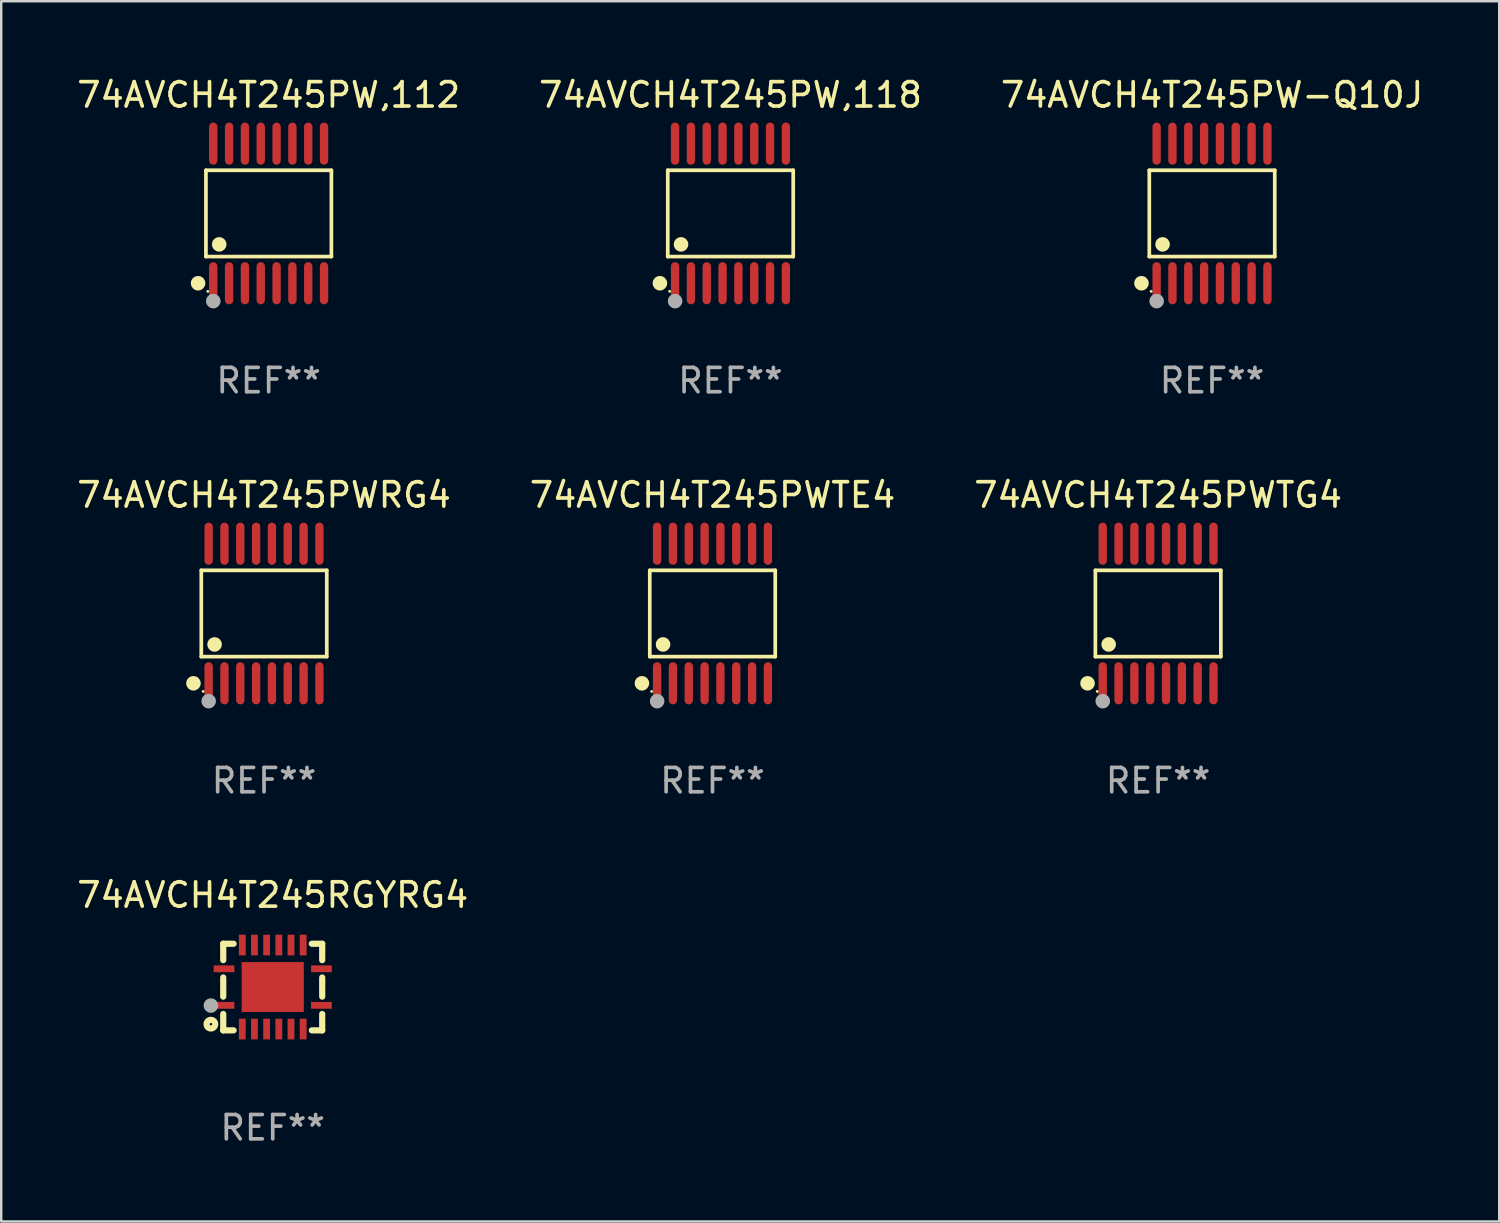
<source format=kicad_pcb>
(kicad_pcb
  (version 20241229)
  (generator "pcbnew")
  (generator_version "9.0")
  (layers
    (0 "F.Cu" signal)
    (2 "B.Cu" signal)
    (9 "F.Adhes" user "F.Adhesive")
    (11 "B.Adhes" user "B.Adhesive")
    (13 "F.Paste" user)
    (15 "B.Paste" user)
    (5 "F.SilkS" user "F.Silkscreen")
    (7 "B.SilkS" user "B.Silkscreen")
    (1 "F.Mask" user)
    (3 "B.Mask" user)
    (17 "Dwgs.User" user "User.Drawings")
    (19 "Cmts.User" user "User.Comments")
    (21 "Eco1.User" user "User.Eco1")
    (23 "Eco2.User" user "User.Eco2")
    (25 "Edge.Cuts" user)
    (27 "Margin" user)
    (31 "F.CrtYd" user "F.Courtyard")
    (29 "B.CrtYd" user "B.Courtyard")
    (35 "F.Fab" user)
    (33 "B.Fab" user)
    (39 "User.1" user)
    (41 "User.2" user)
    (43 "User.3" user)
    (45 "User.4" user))
  (footprint "74AVCH4T245PW-Q10J"
    (layer "F.Cu")
    (at 46.72 5.714)
    (property "Reference" "74AVCH4T245PW-Q10J" (at 0 -4.866 0) (layer "F.SilkS") (effects (font (size 1 1) (thickness 0.15))))
    (attr through_hole)
    (fp_line (start -2.576 -1.772) (end 2.576 -1.772) (stroke (width 0.152) (type solid)) (layer "F.SilkS"))
    (fp_line (start -2.576 1.771) (end -2.576 -1.772) (stroke (width 0.152) (type solid)) (layer "F.SilkS"))
    (fp_line (start 2.576 -1.772) (end 2.576 1.771) (stroke (width 0.152) (type solid)) (layer "F.SilkS"))
    (fp_line (start 2.576 1.771) (end -2.576 1.771) (stroke (width 0.152) (type solid)) (layer "F.SilkS"))
    (fp_circle (center -2.899 2.866) (end -2.749 2.866) (stroke (width 0.3) (type solid)) (fill no) (layer "F.SilkS"))
    (fp_circle (center -2.5 3.2) (end -2.47 3.2) (stroke (width 0.06) (type solid)) (fill no) (layer "F.SilkS"))
    (fp_circle (center -2.032 1.27) (end -1.882 1.27) (stroke (width 0.3) (type solid)) (fill no) (layer "F.SilkS"))
    (fp_circle (center -2.275 3.6) (end -2.125 3.6) (stroke (width 0.3) (type solid)) (fill no) (layer "F.Fab"))
    (fp_text user "REF**" (at 0 6.866 0) (layer "F.Fab") (effects (font (size 1 1) (thickness 0.15))))
    (pad "1" smd oval (at -2.275 2.866) (size 0.343 1.731) (layers "F.Cu" "F.Mask" "F.Paste"))
    (pad "2" smd oval (at -1.625 2.866) (size 0.343 1.731) (layers "F.Cu" "F.Mask" "F.Paste"))
    (pad "3" smd oval (at -0.975 2.866) (size 0.343 1.731) (layers "F.Cu" "F.Mask" "F.Paste"))
    (pad "4" smd oval (at -0.325 2.866) (size 0.343 1.731) (layers "F.Cu" "F.Mask" "F.Paste"))
    (pad "5" smd oval (at 0.325 2.866) (size 0.343 1.731) (layers "F.Cu" "F.Mask" "F.Paste"))
    (pad "6" smd oval (at 0.975 2.866) (size 0.343 1.731) (layers "F.Cu" "F.Mask" "F.Paste"))
    (pad "7" smd oval (at 1.625 2.866) (size 0.343 1.731) (layers "F.Cu" "F.Mask" "F.Paste"))
    (pad "8" smd oval (at 2.275 2.866) (size 0.343 1.731) (layers "F.Cu" "F.Mask" "F.Paste"))
    (pad "9" smd oval (at 2.275 -2.866) (size 0.343 1.731) (layers "F.Cu" "F.Mask" "F.Paste"))
    (pad "10" smd oval (at 1.625 -2.866) (size 0.343 1.731) (layers "F.Cu" "F.Mask" "F.Paste"))
    (pad "11" smd oval (at 0.975 -2.866) (size 0.343 1.731) (layers "F.Cu" "F.Mask" "F.Paste"))
    (pad "12" smd oval (at 0.325 -2.866) (size 0.343 1.731) (layers "F.Cu" "F.Mask" "F.Paste"))
    (pad "13" smd oval (at -0.325 -2.866) (size 0.343 1.731) (layers "F.Cu" "F.Mask" "F.Paste"))
    (pad "14" smd oval (at -0.975 -2.866) (size 0.343 1.731) (layers "F.Cu" "F.Mask" "F.Paste"))
    (pad "15" smd oval (at -1.625 -2.866) (size 0.343 1.731) (layers "F.Cu" "F.Mask" "F.Paste"))
    (pad "16" smd oval (at -2.275 -2.866) (size 0.343 1.731) (layers "F.Cu" "F.Mask" "F.Paste")))
  (footprint "74AVCH4T245PWTE4"
    (layer "F.Cu")
    (at 26.208 22.142)
    (property "Reference" "74AVCH4T245PWTE4" (at 0 -4.866 0) (layer "F.SilkS") (effects (font (size 1 1) (thickness 0.15))))
    (attr through_hole)
    (fp_line (start -2.576 -1.772) (end 2.576 -1.772) (stroke (width 0.152) (type solid)) (layer "F.SilkS"))
    (fp_line (start -2.576 1.771) (end -2.576 -1.772) (stroke (width 0.152) (type solid)) (layer "F.SilkS"))
    (fp_line (start 2.576 -1.772) (end 2.576 1.771) (stroke (width 0.152) (type solid)) (layer "F.SilkS"))
    (fp_line (start 2.576 1.771) (end -2.576 1.771) (stroke (width 0.152) (type solid)) (layer "F.SilkS"))
    (fp_circle (center -2.899 2.866) (end -2.749 2.866) (stroke (width 0.3) (type solid)) (fill no) (layer "F.SilkS"))
    (fp_circle (center -2.5 3.2) (end -2.47 3.2) (stroke (width 0.06) (type solid)) (fill no) (layer "F.SilkS"))
    (fp_circle (center -2.032 1.27) (end -1.882 1.27) (stroke (width 0.3) (type solid)) (fill no) (layer "F.SilkS"))
    (fp_circle (center -2.275 3.6) (end -2.125 3.6) (stroke (width 0.3) (type solid)) (fill no) (layer "F.Fab"))
    (fp_text user "REF**" (at 0 6.866 0) (layer "F.Fab") (effects (font (size 1 1) (thickness 0.15))))
    (pad "1" smd oval (at -2.275 2.866) (size 0.343 1.731) (layers "F.Cu" "F.Mask" "F.Paste"))
    (pad "2" smd oval (at -1.625 2.866) (size 0.343 1.731) (layers "F.Cu" "F.Mask" "F.Paste"))
    (pad "3" smd oval (at -0.975 2.866) (size 0.343 1.731) (layers "F.Cu" "F.Mask" "F.Paste"))
    (pad "4" smd oval (at -0.325 2.866) (size 0.343 1.731) (layers "F.Cu" "F.Mask" "F.Paste"))
    (pad "5" smd oval (at 0.325 2.866) (size 0.343 1.731) (layers "F.Cu" "F.Mask" "F.Paste"))
    (pad "6" smd oval (at 0.975 2.866) (size 0.343 1.731) (layers "F.Cu" "F.Mask" "F.Paste"))
    (pad "7" smd oval (at 1.625 2.866) (size 0.343 1.731) (layers "F.Cu" "F.Mask" "F.Paste"))
    (pad "8" smd oval (at 2.275 2.866) (size 0.343 1.731) (layers "F.Cu" "F.Mask" "F.Paste"))
    (pad "9" smd oval (at 2.275 -2.866) (size 0.343 1.731) (layers "F.Cu" "F.Mask" "F.Paste"))
    (pad "10" smd oval (at 1.625 -2.866) (size 0.343 1.731) (layers "F.Cu" "F.Mask" "F.Paste"))
    (pad "11" smd oval (at 0.975 -2.866) (size 0.343 1.731) (layers "F.Cu" "F.Mask" "F.Paste"))
    (pad "12" smd oval (at 0.325 -2.866) (size 0.343 1.731) (layers "F.Cu" "F.Mask" "F.Paste"))
    (pad "13" smd oval (at -0.325 -2.866) (size 0.343 1.731) (layers "F.Cu" "F.Mask" "F.Paste"))
    (pad "14" smd oval (at -0.975 -2.866) (size 0.343 1.731) (layers "F.Cu" "F.Mask" "F.Paste"))
    (pad "15" smd oval (at -1.625 -2.866) (size 0.343 1.731) (layers "F.Cu" "F.Mask" "F.Paste"))
    (pad "16" smd oval (at -2.275 -2.866) (size 0.343 1.731) (layers "F.Cu" "F.Mask" "F.Paste")))
  (footprint "74AVCH4T245PWTG4"
    (layer "F.Cu")
    (at 44.506 22.142)
    (property "Reference" "74AVCH4T245PWTG4" (at 0 -4.866 0) (layer "F.SilkS") (effects (font (size 1 1) (thickness 0.15))))
    (attr through_hole)
    (fp_line (start -2.576 -1.772) (end 2.576 -1.772) (stroke (width 0.152) (type solid)) (layer "F.SilkS"))
    (fp_line (start -2.576 1.771) (end -2.576 -1.772) (stroke (width 0.152) (type solid)) (layer "F.SilkS"))
    (fp_line (start 2.576 -1.772) (end 2.576 1.771) (stroke (width 0.152) (type solid)) (layer "F.SilkS"))
    (fp_line (start 2.576 1.771) (end -2.576 1.771) (stroke (width 0.152) (type solid)) (layer "F.SilkS"))
    (fp_circle (center -2.899 2.866) (end -2.749 2.866) (stroke (width 0.3) (type solid)) (fill no) (layer "F.SilkS"))
    (fp_circle (center -2.5 3.2) (end -2.47 3.2) (stroke (width 0.06) (type solid)) (fill no) (layer "F.SilkS"))
    (fp_circle (center -2.032 1.27) (end -1.882 1.27) (stroke (width 0.3) (type solid)) (fill no) (layer "F.SilkS"))
    (fp_circle (center -2.275 3.6) (end -2.125 3.6) (stroke (width 0.3) (type solid)) (fill no) (layer "F.Fab"))
    (fp_text user "REF**" (at 0 6.866 0) (layer "F.Fab") (effects (font (size 1 1) (thickness 0.15))))
    (pad "1" smd oval (at -2.275 2.866) (size 0.343 1.731) (layers "F.Cu" "F.Mask" "F.Paste"))
    (pad "2" smd oval (at -1.625 2.866) (size 0.343 1.731) (layers "F.Cu" "F.Mask" "F.Paste"))
    (pad "3" smd oval (at -0.975 2.866) (size 0.343 1.731) (layers "F.Cu" "F.Mask" "F.Paste"))
    (pad "4" smd oval (at -0.325 2.866) (size 0.343 1.731) (layers "F.Cu" "F.Mask" "F.Paste"))
    (pad "5" smd oval (at 0.325 2.866) (size 0.343 1.731) (layers "F.Cu" "F.Mask" "F.Paste"))
    (pad "6" smd oval (at 0.975 2.866) (size 0.343 1.731) (layers "F.Cu" "F.Mask" "F.Paste"))
    (pad "7" smd oval (at 1.625 2.866) (size 0.343 1.731) (layers "F.Cu" "F.Mask" "F.Paste"))
    (pad "8" smd oval (at 2.275 2.866) (size 0.343 1.731) (layers "F.Cu" "F.Mask" "F.Paste"))
    (pad "9" smd oval (at 2.275 -2.866) (size 0.343 1.731) (layers "F.Cu" "F.Mask" "F.Paste"))
    (pad "10" smd oval (at 1.625 -2.866) (size 0.343 1.731) (layers "F.Cu" "F.Mask" "F.Paste"))
    (pad "11" smd oval (at 0.975 -2.866) (size 0.343 1.731) (layers "F.Cu" "F.Mask" "F.Paste"))
    (pad "12" smd oval (at 0.325 -2.866) (size 0.343 1.731) (layers "F.Cu" "F.Mask" "F.Paste"))
    (pad "13" smd oval (at -0.325 -2.866) (size 0.343 1.731) (layers "F.Cu" "F.Mask" "F.Paste"))
    (pad "14" smd oval (at -0.975 -2.866) (size 0.343 1.731) (layers "F.Cu" "F.Mask" "F.Paste"))
    (pad "15" smd oval (at -1.625 -2.866) (size 0.343 1.731) (layers "F.Cu" "F.Mask" "F.Paste"))
    (pad "16" smd oval (at -2.275 -2.866) (size 0.343 1.731) (layers "F.Cu" "F.Mask" "F.Paste")))
  (footprint "74AVCH4T245PW,112"
    (layer "F.Cu")
    (at 7.982 5.714)
    (property "Reference" "74AVCH4T245PW,112" (at 0 -4.866 0) (layer "F.SilkS") (effects (font (size 1 1) (thickness 0.15))))
    (attr through_hole)
    (fp_line (start -2.576 -1.772) (end 2.576 -1.772) (stroke (width 0.152) (type solid)) (layer "F.SilkS"))
    (fp_line (start -2.576 1.771) (end -2.576 -1.772) (stroke (width 0.152) (type solid)) (layer "F.SilkS"))
    (fp_line (start 2.576 -1.772) (end 2.576 1.771) (stroke (width 0.152) (type solid)) (layer "F.SilkS"))
    (fp_line (start 2.576 1.771) (end -2.576 1.771) (stroke (width 0.152) (type solid)) (layer "F.SilkS"))
    (fp_circle (center -2.899 2.866) (end -2.749 2.866) (stroke (width 0.3) (type solid)) (fill no) (layer "F.SilkS"))
    (fp_circle (center -2.5 3.2) (end -2.47 3.2) (stroke (width 0.06) (type solid)) (fill no) (layer "F.SilkS"))
    (fp_circle (center -2.032 1.27) (end -1.882 1.27) (stroke (width 0.3) (type solid)) (fill no) (layer "F.SilkS"))
    (fp_circle (center -2.275 3.6) (end -2.125 3.6) (stroke (width 0.3) (type solid)) (fill no) (layer "F.Fab"))
    (fp_text user "REF**" (at 0 6.866 0) (layer "F.Fab") (effects (font (size 1 1) (thickness 0.15))))
    (pad "1" smd oval (at -2.275 2.866) (size 0.343 1.731) (layers "F.Cu" "F.Mask" "F.Paste"))
    (pad "2" smd oval (at -1.625 2.866) (size 0.343 1.731) (layers "F.Cu" "F.Mask" "F.Paste"))
    (pad "3" smd oval (at -0.975 2.866) (size 0.343 1.731) (layers "F.Cu" "F.Mask" "F.Paste"))
    (pad "4" smd oval (at -0.325 2.866) (size 0.343 1.731) (layers "F.Cu" "F.Mask" "F.Paste"))
    (pad "5" smd oval (at 0.325 2.866) (size 0.343 1.731) (layers "F.Cu" "F.Mask" "F.Paste"))
    (pad "6" smd oval (at 0.975 2.866) (size 0.343 1.731) (layers "F.Cu" "F.Mask" "F.Paste"))
    (pad "7" smd oval (at 1.625 2.866) (size 0.343 1.731) (layers "F.Cu" "F.Mask" "F.Paste"))
    (pad "8" smd oval (at 2.275 2.866) (size 0.343 1.731) (layers "F.Cu" "F.Mask" "F.Paste"))
    (pad "9" smd oval (at 2.275 -2.866) (size 0.343 1.731) (layers "F.Cu" "F.Mask" "F.Paste"))
    (pad "10" smd oval (at 1.625 -2.866) (size 0.343 1.731) (layers "F.Cu" "F.Mask" "F.Paste"))
    (pad "11" smd oval (at 0.975 -2.866) (size 0.343 1.731) (layers "F.Cu" "F.Mask" "F.Paste"))
    (pad "12" smd oval (at 0.325 -2.866) (size 0.343 1.731) (layers "F.Cu" "F.Mask" "F.Paste"))
    (pad "13" smd oval (at -0.325 -2.866) (size 0.343 1.731) (layers "F.Cu" "F.Mask" "F.Paste"))
    (pad "14" smd oval (at -0.975 -2.866) (size 0.343 1.731) (layers "F.Cu" "F.Mask" "F.Paste"))
    (pad "15" smd oval (at -1.625 -2.866) (size 0.343 1.731) (layers "F.Cu" "F.Mask" "F.Paste"))
    (pad "16" smd oval (at -2.275 -2.866) (size 0.343 1.731) (layers "F.Cu" "F.Mask" "F.Paste")))
  (footprint "74AVCH4T245RGYRG4"
    (layer "F.Cu")
    (at 8.149 37.482)
    (property "Reference" "74AVCH4T245RGYRG4" (at 0 -3.778 0) (layer "F.SilkS") (effects (font (size 1 1) (thickness 0.15))))
    (attr through_hole)
    (fp_line (start -2.032 -1.778) (end -2.032 -1.106) (stroke (width 0.254) (type solid)) (layer "F.SilkS"))
    (fp_line (start -2.032 -0.394) (end -2.032 0.394) (stroke (width 0.254) (type solid)) (layer "F.SilkS"))
    (fp_line (start -2.032 1.106) (end -2.032 1.778) (stroke (width 0.254) (type solid)) (layer "F.SilkS"))
    (fp_line (start -2.032 1.778) (end -1.606 1.778) (stroke (width 0.254) (type solid)) (layer "F.SilkS"))
    (fp_line (start -1.606 -1.778) (end -2.032 -1.778) (stroke (width 0.254) (type solid)) (layer "F.SilkS"))
    (fp_line (start 1.606 1.778) (end 2.032 1.778) (stroke (width 0.254) (type solid)) (layer "F.SilkS"))
    (fp_line (start 2.032 -1.778) (end 1.606 -1.778) (stroke (width 0.254) (type solid)) (layer "F.SilkS"))
    (fp_line (start 2.032 -1.106) (end 2.032 -1.778) (stroke (width 0.254) (type solid)) (layer "F.SilkS"))
    (fp_line (start 2.032 0.394) (end 2.032 -0.394) (stroke (width 0.254) (type solid)) (layer "F.SilkS"))
    (fp_line (start 2.032 1.778) (end 2.032 1.106) (stroke (width 0.254) (type solid)) (layer "F.SilkS"))
    (fp_circle (center -2.54 1.524) (end -2.363 1.524) (stroke (width 0.254) (type solid)) (fill no) (layer "F.SilkS"))
    (fp_circle (center -2.002 1.752) (end -1.952 1.752) (stroke (width 0.1) (type solid)) (fill no) (layer "F.SilkS"))
    (fp_circle (center -2.54 0.759) (end -2.39 0.759) (stroke (width 0.3) (type solid)) (fill no) (layer "F.Fab"))
    (fp_text user "REF**" (at 0 5.778 0) (layer "F.Fab") (effects (font (size 1 1) (thickness 0.15))))
    (pad "1" smd rect (at -2 0.75 90) (size 0.28 0.85) (layers "F.Cu" "F.Mask" "F.Paste"))
    (pad "2" smd rect (at -1.25 1.725 180) (size 0.28 0.85) (layers "F.Cu" "F.Mask" "F.Paste"))
    (pad "3" smd rect (at -0.75 1.725 180) (size 0.28 0.85) (layers "F.Cu" "F.Mask" "F.Paste"))
    (pad "4" smd rect (at -0.25 1.725 180) (size 0.28 0.85) (layers "F.Cu" "F.Mask" "F.Paste"))
    (pad "5" smd rect (at 0.25 1.725 180) (size 0.28 0.85) (layers "F.Cu" "F.Mask" "F.Paste"))
    (pad "6" smd rect (at 0.75 1.725 180) (size 0.28 0.85) (layers "F.Cu" "F.Mask" "F.Paste"))
    (pad "7" smd rect (at 1.25 1.725 180) (size 0.28 0.85) (layers "F.Cu" "F.Mask" "F.Paste"))
    (pad "8" smd rect (at 2 0.75 270) (size 0.28 0.85) (layers "F.Cu" "F.Mask" "F.Paste"))
    (pad "9" smd rect (at 2 -0.75 270) (size 0.28 0.85) (layers "F.Cu" "F.Mask" "F.Paste"))
    (pad "10" smd rect (at 1.25 -1.725) (size 0.28 0.85) (layers "F.Cu" "F.Mask" "F.Paste"))
    (pad "11" smd rect (at 0.75 -1.725) (size 0.28 0.85) (layers "F.Cu" "F.Mask" "F.Paste"))
    (pad "12" smd rect (at 0.25 -1.725) (size 0.28 0.85) (layers "F.Cu" "F.Mask" "F.Paste"))
    (pad "13" smd rect (at -0.25 -1.725) (size 0.28 0.85) (layers "F.Cu" "F.Mask" "F.Paste"))
    (pad "14" smd rect (at -0.75 -1.725) (size 0.28 0.85) (layers "F.Cu" "F.Mask" "F.Paste"))
    (pad "15" smd rect (at -1.25 -1.725) (size 0.28 0.85) (layers "F.Cu" "F.Mask" "F.Paste"))
    (pad "16" smd rect (at -2 -0.75 90) (size 0.28 0.85) (layers "F.Cu" "F.Mask" "F.Paste"))
    (pad "17" smd rect (at 0.000051 0 270) (size 2.05 2.55) (layers "F.Cu" "F.Mask" "F.Paste")))
  (footprint "74AVCH4T245PW,118"
    (layer "F.Cu")
    (at 26.946 5.714)
    (property "Reference" "74AVCH4T245PW,118" (at 0 -4.866 0) (layer "F.SilkS") (effects (font (size 1 1) (thickness 0.15))))
    (attr through_hole)
    (fp_line (start -2.576 -1.772) (end 2.576 -1.772) (stroke (width 0.152) (type solid)) (layer "F.SilkS"))
    (fp_line (start -2.576 1.771) (end -2.576 -1.772) (stroke (width 0.152) (type solid)) (layer "F.SilkS"))
    (fp_line (start 2.576 -1.772) (end 2.576 1.771) (stroke (width 0.152) (type solid)) (layer "F.SilkS"))
    (fp_line (start 2.576 1.771) (end -2.576 1.771) (stroke (width 0.152) (type solid)) (layer "F.SilkS"))
    (fp_circle (center -2.899 2.866) (end -2.749 2.866) (stroke (width 0.3) (type solid)) (fill no) (layer "F.SilkS"))
    (fp_circle (center -2.5 3.2) (end -2.47 3.2) (stroke (width 0.06) (type solid)) (fill no) (layer "F.SilkS"))
    (fp_circle (center -2.032 1.27) (end -1.882 1.27) (stroke (width 0.3) (type solid)) (fill no) (layer "F.SilkS"))
    (fp_circle (center -2.275 3.6) (end -2.125 3.6) (stroke (width 0.3) (type solid)) (fill no) (layer "F.Fab"))
    (fp_text user "REF**" (at 0 6.866 0) (layer "F.Fab") (effects (font (size 1 1) (thickness 0.15))))
    (pad "1" smd oval (at -2.275 2.866) (size 0.343 1.731) (layers "F.Cu" "F.Mask" "F.Paste"))
    (pad "2" smd oval (at -1.625 2.866) (size 0.343 1.731) (layers "F.Cu" "F.Mask" "F.Paste"))
    (pad "3" smd oval (at -0.975 2.866) (size 0.343 1.731) (layers "F.Cu" "F.Mask" "F.Paste"))
    (pad "4" smd oval (at -0.325 2.866) (size 0.343 1.731) (layers "F.Cu" "F.Mask" "F.Paste"))
    (pad "5" smd oval (at 0.325 2.866) (size 0.343 1.731) (layers "F.Cu" "F.Mask" "F.Paste"))
    (pad "6" smd oval (at 0.975 2.866) (size 0.343 1.731) (layers "F.Cu" "F.Mask" "F.Paste"))
    (pad "7" smd oval (at 1.625 2.866) (size 0.343 1.731) (layers "F.Cu" "F.Mask" "F.Paste"))
    (pad "8" smd oval (at 2.275 2.866) (size 0.343 1.731) (layers "F.Cu" "F.Mask" "F.Paste"))
    (pad "9" smd oval (at 2.275 -2.866) (size 0.343 1.731) (layers "F.Cu" "F.Mask" "F.Paste"))
    (pad "10" smd oval (at 1.625 -2.866) (size 0.343 1.731) (layers "F.Cu" "F.Mask" "F.Paste"))
    (pad "11" smd oval (at 0.975 -2.866) (size 0.343 1.731) (layers "F.Cu" "F.Mask" "F.Paste"))
    (pad "12" smd oval (at 0.325 -2.866) (size 0.343 1.731) (layers "F.Cu" "F.Mask" "F.Paste"))
    (pad "13" smd oval (at -0.325 -2.866) (size 0.343 1.731) (layers "F.Cu" "F.Mask" "F.Paste"))
    (pad "14" smd oval (at -0.975 -2.866) (size 0.343 1.731) (layers "F.Cu" "F.Mask" "F.Paste"))
    (pad "15" smd oval (at -1.625 -2.866) (size 0.343 1.731) (layers "F.Cu" "F.Mask" "F.Paste"))
    (pad "16" smd oval (at -2.275 -2.866) (size 0.343 1.731) (layers "F.Cu" "F.Mask" "F.Paste")))
  (footprint "74AVCH4T245PWRG4"
    (layer "F.Cu")
    (at 7.792 22.142)
    (property "Reference" "74AVCH4T245PWRG4" (at 0 -4.866 0) (layer "F.SilkS") (effects (font (size 1 1) (thickness 0.15))))
    (attr through_hole)
    (fp_line (start -2.576 -1.772) (end 2.576 -1.772) (stroke (width 0.152) (type solid)) (layer "F.SilkS"))
    (fp_line (start -2.576 1.771) (end -2.576 -1.772) (stroke (width 0.152) (type solid)) (layer "F.SilkS"))
    (fp_line (start 2.576 -1.772) (end 2.576 1.771) (stroke (width 0.152) (type solid)) (layer "F.SilkS"))
    (fp_line (start 2.576 1.771) (end -2.576 1.771) (stroke (width 0.152) (type solid)) (layer "F.SilkS"))
    (fp_circle (center -2.899 2.866) (end -2.749 2.866) (stroke (width 0.3) (type solid)) (fill no) (layer "F.SilkS"))
    (fp_circle (center -2.5 3.2) (end -2.47 3.2) (stroke (width 0.06) (type solid)) (fill no) (layer "F.SilkS"))
    (fp_circle (center -2.032 1.27) (end -1.882 1.27) (stroke (width 0.3) (type solid)) (fill no) (layer "F.SilkS"))
    (fp_circle (center -2.275 3.6) (end -2.125 3.6) (stroke (width 0.3) (type solid)) (fill no) (layer "F.Fab"))
    (fp_text user "REF**" (at 0 6.866 0) (layer "F.Fab") (effects (font (size 1 1) (thickness 0.15))))
    (pad "1" smd oval (at -2.275 2.866) (size 0.343 1.731) (layers "F.Cu" "F.Mask" "F.Paste"))
    (pad "2" smd oval (at -1.625 2.866) (size 0.343 1.731) (layers "F.Cu" "F.Mask" "F.Paste"))
    (pad "3" smd oval (at -0.975 2.866) (size 0.343 1.731) (layers "F.Cu" "F.Mask" "F.Paste"))
    (pad "4" smd oval (at -0.325 2.866) (size 0.343 1.731) (layers "F.Cu" "F.Mask" "F.Paste"))
    (pad "5" smd oval (at 0.325 2.866) (size 0.343 1.731) (layers "F.Cu" "F.Mask" "F.Paste"))
    (pad "6" smd oval (at 0.975 2.866) (size 0.343 1.731) (layers "F.Cu" "F.Mask" "F.Paste"))
    (pad "7" smd oval (at 1.625 2.866) (size 0.343 1.731) (layers "F.Cu" "F.Mask" "F.Paste"))
    (pad "8" smd oval (at 2.275 2.866) (size 0.343 1.731) (layers "F.Cu" "F.Mask" "F.Paste"))
    (pad "9" smd oval (at 2.275 -2.866) (size 0.343 1.731) (layers "F.Cu" "F.Mask" "F.Paste"))
    (pad "10" smd oval (at 1.625 -2.866) (size 0.343 1.731) (layers "F.Cu" "F.Mask" "F.Paste"))
    (pad "11" smd oval (at 0.975 -2.866) (size 0.343 1.731) (layers "F.Cu" "F.Mask" "F.Paste"))
    (pad "12" smd oval (at 0.325 -2.866) (size 0.343 1.731) (layers "F.Cu" "F.Mask" "F.Paste"))
    (pad "13" smd oval (at -0.325 -2.866) (size 0.343 1.731) (layers "F.Cu" "F.Mask" "F.Paste"))
    (pad "14" smd oval (at -0.975 -2.866) (size 0.343 1.731) (layers "F.Cu" "F.Mask" "F.Paste"))
    (pad "15" smd oval (at -1.625 -2.866) (size 0.343 1.731) (layers "F.Cu" "F.Mask" "F.Paste"))
    (pad "16" smd oval (at -2.275 -2.866) (size 0.343 1.731) (layers "F.Cu" "F.Mask" "F.Paste")))
  (gr_rect
    (start -3 -3)
    (end 58.512 47.109)
    (stroke (width 0.1) (type default))
    (fill no)
    (layer "Edge.Cuts")))
</source>
